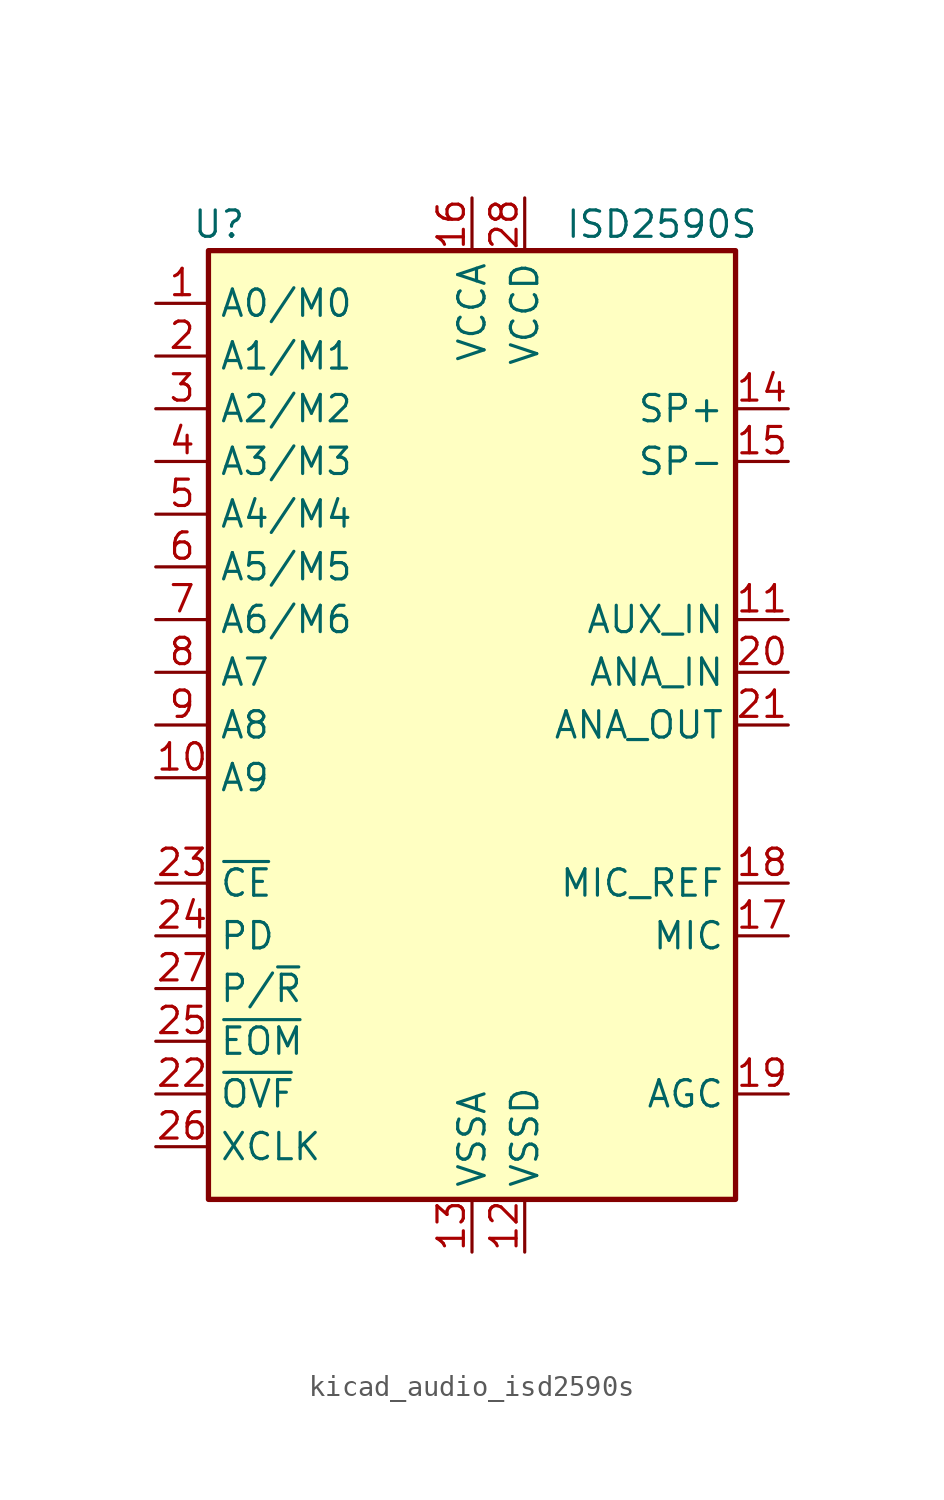
<source format=kicad_sym>
(kicad_symbol_lib
  (version 20220914)
  (generator kicad_symbol_editor)
  (symbol "kicad_audio_isd2590s"
    (property "Reference" "U"
      (at -12.192 24.13 0)
      (effects (font (size 1.27 1.27))))
    (property "Value" "ISD2590S"
      (at 9.144 24.13 0)
      (effects (font (size 1.27 1.27))))
    (symbol "kicad_audio_isd2590s_0_1"
      (rectangle (start -12.7 22.86) (end 12.7 -22.86) (stroke (width 0.254) (type default)) (fill (type background))))
    (symbol "kicad_audio_isd2590s_1_1"
      (pin input line (at -15.24 20.32 0) (length 2.54) (name "A0/M0" (effects (font (size 1.27 1.27)))) (number "1" (effects (font (size 1.27 1.27)))))
      (pin input line (at -15.24 -2.54 0) (length 2.54) (name "A9" (effects (font (size 1.27 1.27)))) (number "10" (effects (font (size 1.27 1.27)))))
      (pin input line (at 15.24 5.08 180) (length 2.54) (name "AUX_IN" (effects (font (size 1.27 1.27)))) (number "11" (effects (font (size 1.27 1.27)))))
      (pin power_in line (at 2.54 -25.4 90) (length 2.54) (name "VSSD" (effects (font (size 1.27 1.27)))) (number "12" (effects (font (size 1.27 1.27)))))
      (pin power_in line (at 0 -25.4 90) (length 2.54) (name "VSSA" (effects (font (size 1.27 1.27)))) (number "13" (effects (font (size 1.27 1.27)))))
      (pin output line (at 15.24 15.24 180) (length 2.54) (name "SP+" (effects (font (size 1.27 1.27)))) (number "14" (effects (font (size 1.27 1.27)))))
      (pin output line (at 15.24 12.7 180) (length 2.54) (name "SP-" (effects (font (size 1.27 1.27)))) (number "15" (effects (font (size 1.27 1.27)))))
      (pin power_in line (at 0 25.4 270) (length 2.54) (name "VCCA" (effects (font (size 1.27 1.27)))) (number "16" (effects (font (size 1.27 1.27)))))
      (pin input line (at 15.24 -10.16 180) (length 2.54) (name "MIC" (effects (font (size 1.27 1.27)))) (number "17" (effects (font (size 1.27 1.27)))))
      (pin passive line (at 15.24 -7.62 180) (length 2.54) (name "MIC_REF" (effects (font (size 1.27 1.27)))) (number "18" (effects (font (size 1.27 1.27)))))
      (pin passive line (at 15.24 -17.78 180) (length 2.54) (name "AGC" (effects (font (size 1.27 1.27)))) (number "19" (effects (font (size 1.27 1.27)))))
      (pin input line (at -15.24 17.78 0) (length 2.54) (name "A1/M1" (effects (font (size 1.27 1.27)))) (number "2" (effects (font (size 1.27 1.27)))))
      (pin input line (at 15.24 2.54 180) (length 2.54) (name "ANA_IN" (effects (font (size 1.27 1.27)))) (number "20" (effects (font (size 1.27 1.27)))))
      (pin output line (at 15.24 0 180) (length 2.54) (name "ANA_OUT" (effects (font (size 1.27 1.27)))) (number "21" (effects (font (size 1.27 1.27)))))
      (pin output line (at -15.24 -17.78 0) (length 2.54) (name "~{OVF}" (effects (font (size 1.27 1.27)))) (number "22" (effects (font (size 1.27 1.27)))))
      (pin input line (at -15.24 -7.62 0) (length 2.54) (name "~{CE}" (effects (font (size 1.27 1.27)))) (number "23" (effects (font (size 1.27 1.27)))))
      (pin input line (at -15.24 -10.16 0) (length 2.54) (name "PD" (effects (font (size 1.27 1.27)))) (number "24" (effects (font (size 1.27 1.27)))))
      (pin output line (at -15.24 -15.24 0) (length 2.54) (name "~{EOM}" (effects (font (size 1.27 1.27)))) (number "25" (effects (font (size 1.27 1.27)))))
      (pin input line (at -15.24 -20.32 0) (length 2.54) (name "XCLK" (effects (font (size 1.27 1.27)))) (number "26" (effects (font (size 1.27 1.27)))))
      (pin input line (at -15.24 -12.7 0) (length 2.54) (name "P/~{R}" (effects (font (size 1.27 1.27)))) (number "27" (effects (font (size 1.27 1.27)))))
      (pin power_in line (at 2.54 25.4 270) (length 2.54) (name "VCCD" (effects (font (size 1.27 1.27)))) (number "28" (effects (font (size 1.27 1.27)))))
      (pin input line (at -15.24 15.24 0) (length 2.54) (name "A2/M2" (effects (font (size 1.27 1.27)))) (number "3" (effects (font (size 1.27 1.27)))))
      (pin input line (at -15.24 12.7 0) (length 2.54) (name "A3/M3" (effects (font (size 1.27 1.27)))) (number "4" (effects (font (size 1.27 1.27)))))
      (pin input line (at -15.24 10.16 0) (length 2.54) (name "A4/M4" (effects (font (size 1.27 1.27)))) (number "5" (effects (font (size 1.27 1.27)))))
      (pin input line (at -15.24 7.62 0) (length 2.54) (name "A5/M5" (effects (font (size 1.27 1.27)))) (number "6" (effects (font (size 1.27 1.27)))))
      (pin input line (at -15.24 5.08 0) (length 2.54) (name "A6/M6" (effects (font (size 1.27 1.27)))) (number "7" (effects (font (size 1.27 1.27)))))
      (pin input line (at -15.24 2.54 0) (length 2.54) (name "A7" (effects (font (size 1.27 1.27)))) (number "8" (effects (font (size 1.27 1.27)))))
      (pin input line (at -15.24 0 0) (length 2.54) (name "A8" (effects (font (size 1.27 1.27)))) (number "9" (effects (font (size 1.27 1.27))))))))
</source>
